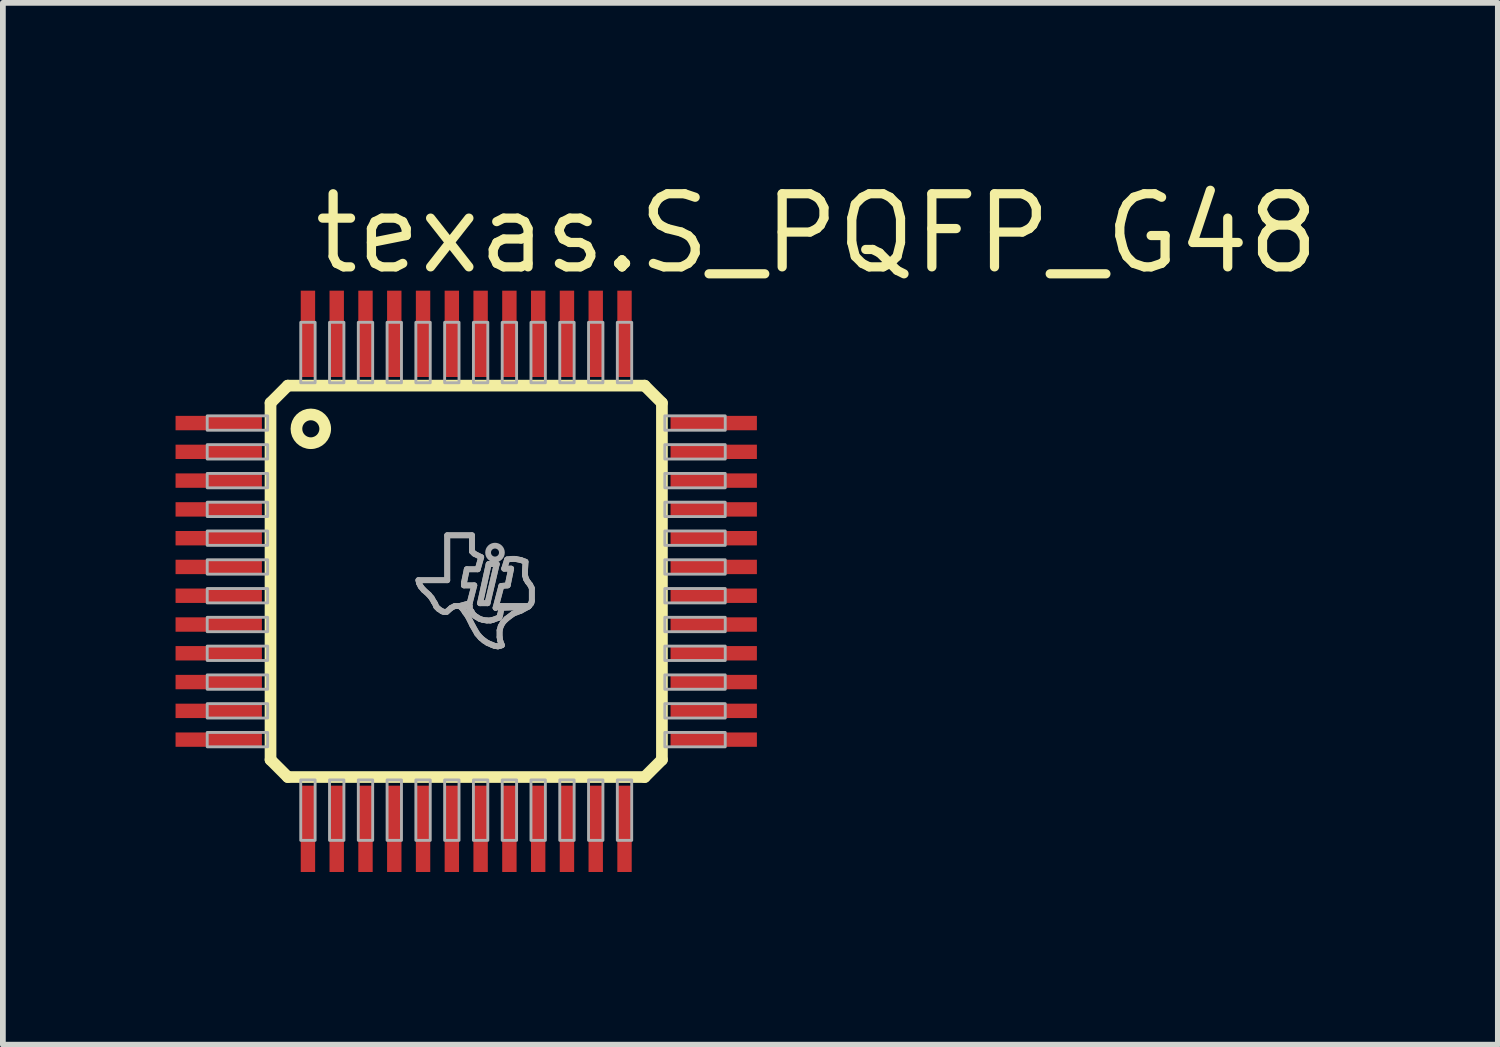
<source format=kicad_pcb>
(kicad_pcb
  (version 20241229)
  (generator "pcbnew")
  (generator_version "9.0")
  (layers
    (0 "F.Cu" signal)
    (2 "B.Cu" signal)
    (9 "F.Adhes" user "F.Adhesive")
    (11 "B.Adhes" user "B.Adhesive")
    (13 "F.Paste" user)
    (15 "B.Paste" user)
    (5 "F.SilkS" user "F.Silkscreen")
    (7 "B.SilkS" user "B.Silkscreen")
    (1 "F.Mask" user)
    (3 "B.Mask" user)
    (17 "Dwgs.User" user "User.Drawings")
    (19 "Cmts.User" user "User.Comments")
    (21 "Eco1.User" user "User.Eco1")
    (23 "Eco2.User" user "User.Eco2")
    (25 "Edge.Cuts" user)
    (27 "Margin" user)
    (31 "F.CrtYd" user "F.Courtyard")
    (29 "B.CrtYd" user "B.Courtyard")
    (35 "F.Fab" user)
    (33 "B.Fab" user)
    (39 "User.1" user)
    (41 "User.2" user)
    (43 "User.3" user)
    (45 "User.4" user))
  (footprint "texas.S_PQFP_G48"
    (layer "F.Cu")
    (at 5.05 7.05)
    (property "Reference" "texas.S_PQFP_G48" (at -2.72 -5.3 0) (layer "F.SilkS") (effects (font (size 1.27 1.27) (thickness 0.16)) (justify left bottom)))
    (attr smd)
    (fp_line (start -3.4 -3.1) (end -3.4 3.1) (stroke (width 0.203) (type default)) (layer "F.SilkS"))
    (fp_line (start -3.4 3.1) (end -3.1 3.4) (stroke (width 0.203) (type default)) (layer "F.SilkS"))
    (fp_line (start -3.1 -3.4) (end -3.4 -3.1) (stroke (width 0.203) (type default)) (layer "F.SilkS"))
    (fp_line (start -3.1 3.4) (end 3.1 3.4) (stroke (width 0.203) (type default)) (layer "F.SilkS"))
    (fp_line (start 3.1 -3.4) (end -3.1 -3.4) (stroke (width 0.203) (type default)) (layer "F.SilkS"))
    (fp_line (start 3.1 3.4) (end 3.4 3.1) (stroke (width 0.203) (type default)) (layer "F.SilkS"))
    (fp_line (start 3.4 -3.1) (end 3.1 -3.4) (stroke (width 0.203) (type default)) (layer "F.SilkS"))
    (fp_line (start 3.4 3.1) (end 3.4 -3.1) (stroke (width 0.203) (type default)) (layer "F.SilkS"))
    (fp_circle (center -2.7 -2.65) (end -2.45 -2.65) (stroke (width 0.203) (type default)) (fill no) (layer "F.SilkS"))
    (fp_line (start -0.83 -0.02) (end -0.82 0.03) (stroke (width 0.102) (type default)) (layer "F.Fab"))
    (fp_line (start -0.82 0.03) (end -0.79 0.09) (stroke (width 0.102) (type default)) (layer "F.Fab"))
    (fp_line (start -0.79 0.09) (end -0.74 0.15) (stroke (width 0.102) (type default)) (layer "F.Fab"))
    (fp_line (start -0.74 0.15) (end -0.65 0.23) (stroke (width 0.102) (type default)) (layer "F.Fab"))
    (fp_line (start -0.65 0.23) (end -0.6 0.29) (stroke (width 0.102) (type default)) (layer "F.Fab"))
    (fp_line (start -0.6 0.29) (end -0.56 0.36) (stroke (width 0.102) (type default)) (layer "F.Fab"))
    (fp_line (start -0.56 0.36) (end -0.54 0.39) (stroke (width 0.102) (type default)) (layer "F.Fab"))
    (fp_line (start -0.54 0.39) (end -0.52 0.44) (stroke (width 0.102) (type default)) (layer "F.Fab"))
    (fp_line (start -0.52 0.44) (end -0.48 0.48) (stroke (width 0.102) (type default)) (layer "F.Fab"))
    (fp_line (start -0.48 0.48) (end -0.42 0.52) (stroke (width 0.102) (type default)) (layer "F.Fab"))
    (fp_line (start -0.42 0.52) (end -0.39 0.53) (stroke (width 0.102) (type default)) (layer "F.Fab"))
    (fp_line (start -0.39 0.53) (end -0.34 0.53) (stroke (width 0.102) (type default)) (layer "F.Fab"))
    (fp_line (start -0.34 0.53) (end -0.26 0.46) (stroke (width 0.102) (type default)) (layer "F.Fab"))
    (fp_line (start -0.33 -0.8) (end -0.33 -0.02) (stroke (width 0.102) (type default)) (layer "F.Fab"))
    (fp_line (start -0.33 -0.02) (end -0.83 -0.02) (stroke (width 0.102) (type default)) (layer "F.Fab"))
    (fp_line (start -0.26 0.46) (end -0.2 0.43) (stroke (width 0.102) (type default)) (layer "F.Fab"))
    (fp_line (start -0.2 0.43) (end -0.12 0.43) (stroke (width 0.102) (type default)) (layer "F.Fab"))
    (fp_line (start -0.12 0.43) (end 0.06 0.38) (stroke (width 0.102) (type default)) (layer "F.Fab"))
    (fp_line (start -0.09 0.43) (end -0.09 0.45) (stroke (width 0.102) (type default)) (layer "F.Fab"))
    (fp_line (start -0.09 0.45) (end -0.06 0.48) (stroke (width 0.102) (type default)) (layer "F.Fab"))
    (fp_line (start -0.06 0.48) (end -0.02 0.54) (stroke (width 0.102) (type default)) (layer "F.Fab"))
    (fp_line (start -0.04 0.03) (end 0.01 -0.21) (stroke (width 0.102) (type default)) (layer "F.Fab"))
    (fp_line (start -0.04 0.07) (end -0.04 0.03) (stroke (width 0.102) (type default)) (layer "F.Fab"))
    (fp_line (start -0.02 0.54) (end 0.03 0.61) (stroke (width 0.102) (type default)) (layer "F.Fab"))
    (fp_line (start 0.01 -0.21) (end 0.2 -0.21) (stroke (width 0.102) (type default)) (layer "F.Fab"))
    (fp_line (start 0.03 0.61) (end 0.11 0.77) (stroke (width 0.102) (type default)) (layer "F.Fab"))
    (fp_line (start 0.06 0.38) (end 0.14 0.07) (stroke (width 0.102) (type default)) (layer "F.Fab"))
    (fp_line (start 0.06 0.43) (end -0.09 0.43) (stroke (width 0.102) (type default)) (layer "F.Fab"))
    (fp_line (start 0.06 0.48) (end 0.06 0.43) (stroke (width 0.102) (type default)) (layer "F.Fab"))
    (fp_line (start 0.08 0.51) (end 0.06 0.48) (stroke (width 0.102) (type default)) (layer "F.Fab"))
    (fp_line (start 0.09 0.52) (end 0.08 0.51) (stroke (width 0.102) (type default)) (layer "F.Fab"))
    (fp_line (start 0.1 -0.8) (end -0.33 -0.8) (stroke (width 0.102) (type default)) (layer "F.Fab"))
    (fp_line (start 0.1 -0.52) (end 0.1 -0.8) (stroke (width 0.102) (type default)) (layer "F.Fab"))
    (fp_line (start 0.11 0.56) (end 0.09 0.52) (stroke (width 0.102) (type default)) (layer "F.Fab"))
    (fp_line (start 0.11 0.77) (end 0.19 0.91) (stroke (width 0.102) (type default)) (layer "F.Fab"))
    (fp_line (start 0.14 -0.48) (end 0.1 -0.52) (stroke (width 0.102) (type default)) (layer "F.Fab"))
    (fp_line (start 0.14 0.07) (end -0.04 0.07) (stroke (width 0.102) (type default)) (layer "F.Fab"))
    (fp_line (start 0.15 0.6) (end 0.11 0.56) (stroke (width 0.102) (type default)) (layer "F.Fab"))
    (fp_line (start 0.18 0.62) (end 0.15 0.6) (stroke (width 0.102) (type default)) (layer "F.Fab"))
    (fp_line (start 0.19 0.91) (end 0.25 0.98) (stroke (width 0.102) (type default)) (layer "F.Fab"))
    (fp_line (start 0.2 -0.21) (end 0.26 -0.42) (stroke (width 0.102) (type default)) (layer "F.Fab"))
    (fp_line (start 0.23 0.65) (end 0.18 0.62) (stroke (width 0.102) (type default)) (layer "F.Fab"))
    (fp_line (start 0.24 0.38) (end 0.37 0.38) (stroke (width 0.102) (type default)) (layer "F.Fab"))
    (fp_line (start 0.25 0.98) (end 0.31 1.03) (stroke (width 0.102) (type default)) (layer "F.Fab"))
    (fp_line (start 0.26 -0.42) (end 0.14 -0.48) (stroke (width 0.102) (type default)) (layer "F.Fab"))
    (fp_line (start 0.29 0.67) (end 0.23 0.65) (stroke (width 0.102) (type default)) (layer "F.Fab"))
    (fp_line (start 0.31 1.03) (end 0.37 1.07) (stroke (width 0.102) (type default)) (layer "F.Fab"))
    (fp_line (start 0.36 0.68) (end 0.29 0.67) (stroke (width 0.102) (type default)) (layer "F.Fab"))
    (fp_line (start 0.37 0.38) (end 0.53 -0.3) (stroke (width 0.102) (type default)) (layer "F.Fab"))
    (fp_line (start 0.37 1.07) (end 0.44 1.1) (stroke (width 0.102) (type default)) (layer "F.Fab"))
    (fp_line (start 0.39 -0.3) (end 0.24 0.38) (stroke (width 0.102) (type default)) (layer "F.Fab"))
    (fp_line (start 0.42 0.68) (end 0.36 0.68) (stroke (width 0.102) (type default)) (layer "F.Fab"))
    (fp_line (start 0.44 1.1) (end 0.49 1.12) (stroke (width 0.102) (type default)) (layer "F.Fab"))
    (fp_line (start 0.46 0.67) (end 0.42 0.68) (stroke (width 0.102) (type default)) (layer "F.Fab"))
    (fp_line (start 0.49 1.12) (end 0.55 1.13) (stroke (width 0.102) (type default)) (layer "F.Fab"))
    (fp_line (start 0.51 0.46) (end 0.59 0.43) (stroke (width 0.102) (type default)) (layer "F.Fab"))
    (fp_line (start 0.53 -0.3) (end 0.39 -0.3) (stroke (width 0.102) (type default)) (layer "F.Fab"))
    (fp_line (start 0.55 1.13) (end 0.59 1.12) (stroke (width 0.102) (type default)) (layer "F.Fab"))
    (fp_line (start 0.57 0.63) (end 0.46 0.67) (stroke (width 0.102) (type default)) (layer "F.Fab"))
    (fp_line (start 0.58 0.61) (end 0.57 0.63) (stroke (width 0.102) (type default)) (layer "F.Fab"))
    (fp_line (start 0.58 0.85) (end 0.6 0.78) (stroke (width 0.102) (type default)) (layer "F.Fab"))
    (fp_line (start 0.58 0.97) (end 0.58 0.85) (stroke (width 0.102) (type default)) (layer "F.Fab"))
    (fp_line (start 0.59 0.43) (end 1.09 0.43) (stroke (width 0.102) (type default)) (layer "F.Fab"))
    (fp_line (start 0.59 0.58) (end 0.58 0.61) (stroke (width 0.102) (type default)) (layer "F.Fab"))
    (fp_line (start 0.59 1.03) (end 0.58 0.97) (stroke (width 0.102) (type default)) (layer "F.Fab"))
    (fp_line (start 0.59 1.12) (end 0.62 1.11) (stroke (width 0.102) (type default)) (layer "F.Fab"))
    (fp_line (start 0.6 0.78) (end 0.64 0.71) (stroke (width 0.102) (type default)) (layer "F.Fab"))
    (fp_line (start 0.61 0.08) (end 0.51 0.46) (stroke (width 0.102) (type default)) (layer "F.Fab"))
    (fp_line (start 0.61 0.46) (end 0.61 0.48) (stroke (width 0.102) (type default)) (layer "F.Fab"))
    (fp_line (start 0.61 0.48) (end 0.59 0.58) (stroke (width 0.102) (type default)) (layer "F.Fab"))
    (fp_line (start 0.62 1.11) (end 0.59 1.03) (stroke (width 0.102) (type default)) (layer "F.Fab"))
    (fp_line (start 0.64 0.71) (end 0.7 0.65) (stroke (width 0.102) (type default)) (layer "F.Fab"))
    (fp_line (start 0.66 -0.22) (end 0.78 -0.22) (stroke (width 0.102) (type default)) (layer "F.Fab"))
    (fp_line (start 0.7 0.65) (end 0.82 0.56) (stroke (width 0.102) (type default)) (layer "F.Fab"))
    (fp_line (start 0.71 -0.38) (end 0.66 -0.22) (stroke (width 0.102) (type default)) (layer "F.Fab"))
    (fp_line (start 0.72 0.07) (end 0.61 0.08) (stroke (width 0.102) (type default)) (layer "F.Fab"))
    (fp_line (start 0.78 -0.22) (end 0.72 0.07) (stroke (width 0.102) (type default)) (layer "F.Fab"))
    (fp_line (start 0.79 -0.39) (end 0.71 -0.38) (stroke (width 0.102) (type default)) (layer "F.Fab"))
    (fp_line (start 0.82 0.56) (end 0.95 0.51) (stroke (width 0.102) (type default)) (layer "F.Fab"))
    (fp_line (start 0.85 -0.39) (end 0.79 -0.39) (stroke (width 0.102) (type default)) (layer "F.Fab"))
    (fp_line (start 0.95 -0.37) (end 0.85 -0.39) (stroke (width 0.102) (type default)) (layer "F.Fab"))
    (fp_line (start 0.95 0.51) (end 1.08 0.44) (stroke (width 0.102) (type default)) (layer "F.Fab"))
    (fp_line (start 1.02 -0.16) (end 1.03 -0.34) (stroke (width 0.102) (type default)) (layer "F.Fab"))
    (fp_line (start 1.02 -0.11) (end 1.02 -0.16) (stroke (width 0.102) (type default)) (layer "F.Fab"))
    (fp_line (start 1.03 -0.34) (end 0.95 -0.37) (stroke (width 0.102) (type default)) (layer "F.Fab"))
    (fp_line (start 1.04 -0.04) (end 1.02 -0.11) (stroke (width 0.102) (type default)) (layer "F.Fab"))
    (fp_line (start 1.07 0.01) (end 1.04 -0.04) (stroke (width 0.102) (type default)) (layer "F.Fab"))
    (fp_line (start 1.08 0.44) (end 0.61 0.46) (stroke (width 0.102) (type default)) (layer "F.Fab"))
    (fp_line (start 1.09 0.43) (end 1.13 0.38) (stroke (width 0.102) (type default)) (layer "F.Fab"))
    (fp_line (start 1.11 0.06) (end 1.07 0.01) (stroke (width 0.102) (type default)) (layer "F.Fab"))
    (fp_line (start 1.13 0.38) (end 1.14 0.34) (stroke (width 0.102) (type default)) (layer "F.Fab"))
    (fp_line (start 1.14 0.12) (end 1.11 0.06) (stroke (width 0.102) (type default)) (layer "F.Fab"))
    (fp_line (start 1.14 0.34) (end 1.14 0.12) (stroke (width 0.102) (type default)) (layer "F.Fab"))
    (fp_rect (start -4.5 -2.625) (end -3.45 -2.875) (stroke (width 0.05) (type default)) (fill no) (layer "F.Fab"))
    (fp_rect (start -4.5 -2.125) (end -3.45 -2.375) (stroke (width 0.05) (type default)) (fill no) (layer "F.Fab"))
    (fp_rect (start -4.5 -1.625) (end -3.45 -1.875) (stroke (width 0.05) (type default)) (fill no) (layer "F.Fab"))
    (fp_rect (start -4.5 -1.125) (end -3.45 -1.375) (stroke (width 0.05) (type default)) (fill no) (layer "F.Fab"))
    (fp_rect (start -4.5 -0.625) (end -3.45 -0.875) (stroke (width 0.05) (type default)) (fill no) (layer "F.Fab"))
    (fp_rect (start -4.5 -0.125) (end -3.45 -0.375) (stroke (width 0.05) (type default)) (fill no) (layer "F.Fab"))
    (fp_rect (start -4.5 0.375) (end -3.45 0.125) (stroke (width 0.05) (type default)) (fill no) (layer "F.Fab"))
    (fp_rect (start -4.5 0.875) (end -3.45 0.625) (stroke (width 0.05) (type default)) (fill no) (layer "F.Fab"))
    (fp_rect (start -4.5 1.375) (end -3.45 1.125) (stroke (width 0.05) (type default)) (fill no) (layer "F.Fab"))
    (fp_rect (start -4.5 1.875) (end -3.45 1.625) (stroke (width 0.05) (type default)) (fill no) (layer "F.Fab"))
    (fp_rect (start -4.5 2.375) (end -3.45 2.125) (stroke (width 0.05) (type default)) (fill no) (layer "F.Fab"))
    (fp_rect (start -4.5 2.875) (end -3.45 2.625) (stroke (width 0.05) (type default)) (fill no) (layer "F.Fab"))
    (fp_rect (start -2.875 -3.45) (end -2.625 -4.5) (stroke (width 0.05) (type default)) (fill no) (layer "F.Fab"))
    (fp_rect (start -2.875 4.5) (end -2.625 3.45) (stroke (width 0.05) (type default)) (fill no) (layer "F.Fab"))
    (fp_rect (start -2.375 -3.45) (end -2.125 -4.5) (stroke (width 0.05) (type default)) (fill no) (layer "F.Fab"))
    (fp_rect (start -2.375 4.5) (end -2.125 3.45) (stroke (width 0.05) (type default)) (fill no) (layer "F.Fab"))
    (fp_rect (start -1.875 -3.45) (end -1.625 -4.5) (stroke (width 0.05) (type default)) (fill no) (layer "F.Fab"))
    (fp_rect (start -1.875 4.5) (end -1.625 3.45) (stroke (width 0.05) (type default)) (fill no) (layer "F.Fab"))
    (fp_rect (start -1.375 -3.45) (end -1.125 -4.5) (stroke (width 0.05) (type default)) (fill no) (layer "F.Fab"))
    (fp_rect (start -1.375 4.5) (end -1.125 3.45) (stroke (width 0.05) (type default)) (fill no) (layer "F.Fab"))
    (fp_rect (start -0.875 -3.45) (end -0.625 -4.5) (stroke (width 0.05) (type default)) (fill no) (layer "F.Fab"))
    (fp_rect (start -0.875 4.5) (end -0.625 3.45) (stroke (width 0.05) (type default)) (fill no) (layer "F.Fab"))
    (fp_rect (start -0.375 -3.45) (end -0.125 -4.5) (stroke (width 0.05) (type default)) (fill no) (layer "F.Fab"))
    (fp_rect (start -0.375 4.5) (end -0.125 3.45) (stroke (width 0.05) (type default)) (fill no) (layer "F.Fab"))
    (fp_rect (start 0.125 -3.45) (end 0.375 -4.5) (stroke (width 0.05) (type default)) (fill no) (layer "F.Fab"))
    (fp_rect (start 0.125 4.5) (end 0.375 3.45) (stroke (width 0.05) (type default)) (fill no) (layer "F.Fab"))
    (fp_rect (start 0.625 -3.45) (end 0.875 -4.5) (stroke (width 0.05) (type default)) (fill no) (layer "F.Fab"))
    (fp_rect (start 0.625 4.5) (end 0.875 3.45) (stroke (width 0.05) (type default)) (fill no) (layer "F.Fab"))
    (fp_rect (start 1.125 -3.45) (end 1.375 -4.5) (stroke (width 0.05) (type default)) (fill no) (layer "F.Fab"))
    (fp_rect (start 1.125 4.5) (end 1.375 3.45) (stroke (width 0.05) (type default)) (fill no) (layer "F.Fab"))
    (fp_rect (start 1.625 -3.45) (end 1.875 -4.5) (stroke (width 0.05) (type default)) (fill no) (layer "F.Fab"))
    (fp_rect (start 1.625 4.5) (end 1.875 3.45) (stroke (width 0.05) (type default)) (fill no) (layer "F.Fab"))
    (fp_rect (start 2.125 -3.45) (end 2.375 -4.5) (stroke (width 0.05) (type default)) (fill no) (layer "F.Fab"))
    (fp_rect (start 2.125 4.5) (end 2.375 3.45) (stroke (width 0.05) (type default)) (fill no) (layer "F.Fab"))
    (fp_rect (start 2.625 -3.45) (end 2.875 -4.5) (stroke (width 0.05) (type default)) (fill no) (layer "F.Fab"))
    (fp_rect (start 2.625 4.5) (end 2.875 3.45) (stroke (width 0.05) (type default)) (fill no) (layer "F.Fab"))
    (fp_rect (start 3.45 -2.625) (end 4.5 -2.875) (stroke (width 0.05) (type default)) (fill no) (layer "F.Fab"))
    (fp_rect (start 3.45 -2.125) (end 4.5 -2.375) (stroke (width 0.05) (type default)) (fill no) (layer "F.Fab"))
    (fp_rect (start 3.45 -1.625) (end 4.5 -1.875) (stroke (width 0.05) (type default)) (fill no) (layer "F.Fab"))
    (fp_rect (start 3.45 -1.125) (end 4.5 -1.375) (stroke (width 0.05) (type default)) (fill no) (layer "F.Fab"))
    (fp_rect (start 3.45 -0.625) (end 4.5 -0.875) (stroke (width 0.05) (type default)) (fill no) (layer "F.Fab"))
    (fp_rect (start 3.45 -0.125) (end 4.5 -0.375) (stroke (width 0.05) (type default)) (fill no) (layer "F.Fab"))
    (fp_rect (start 3.45 0.375) (end 4.5 0.125) (stroke (width 0.05) (type default)) (fill no) (layer "F.Fab"))
    (fp_rect (start 3.45 0.875) (end 4.5 0.625) (stroke (width 0.05) (type default)) (fill no) (layer "F.Fab"))
    (fp_rect (start 3.45 1.375) (end 4.5 1.125) (stroke (width 0.05) (type default)) (fill no) (layer "F.Fab"))
    (fp_rect (start 3.45 1.875) (end 4.5 1.625) (stroke (width 0.05) (type default)) (fill no) (layer "F.Fab"))
    (fp_rect (start 3.45 2.375) (end 4.5 2.125) (stroke (width 0.05) (type default)) (fill no) (layer "F.Fab"))
    (fp_rect (start 3.45 2.875) (end 4.5 2.625) (stroke (width 0.05) (type default)) (fill no) (layer "F.Fab"))
    (fp_circle (center 0.5 -0.5) (end 0.62 -0.5) (stroke (width 0.1) (type default)) (fill no) (layer "F.Fab"))
    (fp_poly (pts (xy 0.53 -0.3) (xy 0.39 -0.3) (xy 0.24 0.38) (xy 0.37 0.38)) (stroke (width 0.1) (type default)) (fill no) (layer "F.Fab"))
    (fp_poly (pts (xy 1.03 -0.34) (xy 0.95 -0.37) (xy 0.85 -0.39) (xy 0.79 -0.39) (xy 0.71 -0.38) (xy 0.66 -0.22) (xy 0.78 -0.22) (xy 0.72 0.07) (xy 0.61 0.08) (xy 0.51 0.46) (xy 0.59 0.43) (xy 1.09 0.43) (xy 1.13 0.38) (xy 1.14 0.34) (xy 1.14 0.12) (xy 1.11 0.06) (xy 1.07 0.01) (xy 1.04 -0.04) (xy 1.02 -0.11) (xy 1.02 -0.16)) (stroke (width 0.1) (type default)) (fill no) (layer "F.Fab"))
    (fp_poly (pts (xy 0.1 -0.8) (xy -0.33 -0.8) (xy -0.33 -0.02) (xy -0.83 -0.02) (xy -0.82 0.03) (xy -0.79 0.09) (xy -0.74 0.15) (xy -0.65 0.23) (xy -0.6 0.29) (xy -0.56 0.36) (xy -0.54 0.39) (xy -0.52 0.44) (xy -0.48 0.48) (xy -0.42 0.52) (xy -0.39 0.53) (xy -0.34 0.53) (xy -0.26 0.46) (xy -0.2 0.43) (xy -0.12 0.43) (xy 0.06 0.38) (xy 0.14 0.07) (xy -0.04 0.07) (xy -0.04 0.03) (xy 0.01 -0.21) (xy 0.2 -0.21) (xy 0.26 -0.42) (xy 0.14 -0.48) (xy 0.1 -0.52)) (stroke (width 0.1) (type default)) (fill no) (layer "F.Fab"))
    (fp_poly (pts (xy 0.61 0.46) (xy 0.61 0.48) (xy 0.59 0.58) (xy 0.58 0.61) (xy 0.57 0.63) (xy 0.46 0.67) (xy 0.42 0.68) (xy 0.36 0.68) (xy 0.29 0.67) (xy 0.23 0.65) (xy 0.18 0.62) (xy 0.15 0.6) (xy 0.11 0.56) (xy 0.09 0.52) (xy 0.08 0.51) (xy 0.06 0.48) (xy 0.06 0.43) (xy -0.09 0.43) (xy -0.09 0.45) (xy -0.06 0.48) (xy -0.02 0.54) (xy 0.03 0.61) (xy 0.11 0.77) (xy 0.19 0.91) (xy 0.25 0.98) (xy 0.31 1.03) (xy 0.37 1.07) (xy 0.44 1.1) (xy 0.49 1.12) (xy 0.55 1.13) (xy 0.59 1.12) (xy 0.62 1.11) (xy 0.59 1.03) (xy 0.58 0.97) (xy 0.58 0.85) (xy 0.6 0.78) (xy 0.64 0.71) (xy 0.7 0.65) (xy 0.82 0.56) (xy 0.95 0.51) (xy 1.08 0.44)) (stroke (width 0.1) (type default)) (fill no) (layer "F.Fab"))
    (pad "1" smd roundrect (at -4.3 -2.75) (size 1.5 0.25) (layers "F.Cu" "F.Mask" "F.Paste") (roundrect_rratio 0.01))
    (pad "2" smd roundrect (at -4.3 -2.25) (size 1.5 0.25) (layers "F.Cu" "F.Mask" "F.Paste") (roundrect_rratio 0.01))
    (pad "3" smd roundrect (at -4.3 -1.75) (size 1.5 0.25) (layers "F.Cu" "F.Mask" "F.Paste") (roundrect_rratio 0.01))
    (pad "4" smd roundrect (at -4.3 -1.25) (size 1.5 0.25) (layers "F.Cu" "F.Mask" "F.Paste") (roundrect_rratio 0.01))
    (pad "5" smd roundrect (at -4.3 -0.75) (size 1.5 0.25) (layers "F.Cu" "F.Mask" "F.Paste") (roundrect_rratio 0.01))
    (pad "6" smd roundrect (at -4.3 -0.25) (size 1.5 0.25) (layers "F.Cu" "F.Mask" "F.Paste") (roundrect_rratio 0.01))
    (pad "7" smd roundrect (at -4.3 0.25) (size 1.5 0.25) (layers "F.Cu" "F.Mask" "F.Paste") (roundrect_rratio 0.01))
    (pad "8" smd roundrect (at -4.3 0.75) (size 1.5 0.25) (layers "F.Cu" "F.Mask" "F.Paste") (roundrect_rratio 0.01))
    (pad "9" smd roundrect (at -4.3 1.25) (size 1.5 0.25) (layers "F.Cu" "F.Mask" "F.Paste") (roundrect_rratio 0.01))
    (pad "10" smd roundrect (at -4.3 1.75) (size 1.5 0.25) (layers "F.Cu" "F.Mask" "F.Paste") (roundrect_rratio 0.01))
    (pad "11" smd roundrect (at -4.3 2.25) (size 1.5 0.25) (layers "F.Cu" "F.Mask" "F.Paste") (roundrect_rratio 0.01))
    (pad "12" smd roundrect (at -4.3 2.75) (size 1.5 0.25) (layers "F.Cu" "F.Mask" "F.Paste") (roundrect_rratio 0.01))
    (pad "13" smd roundrect (at -2.75 4.3) (size 0.25 1.5) (layers "F.Cu" "F.Mask" "F.Paste") (roundrect_rratio 0.01))
    (pad "14" smd roundrect (at -2.25 4.3) (size 0.25 1.5) (layers "F.Cu" "F.Mask" "F.Paste") (roundrect_rratio 0.01))
    (pad "15" smd roundrect (at -1.75 4.3) (size 0.25 1.5) (layers "F.Cu" "F.Mask" "F.Paste") (roundrect_rratio 0.01))
    (pad "16" smd roundrect (at -1.25 4.3) (size 0.25 1.5) (layers "F.Cu" "F.Mask" "F.Paste") (roundrect_rratio 0.01))
    (pad "17" smd roundrect (at -0.75 4.3) (size 0.25 1.5) (layers "F.Cu" "F.Mask" "F.Paste") (roundrect_rratio 0.01))
    (pad "18" smd roundrect (at -0.25 4.3) (size 0.25 1.5) (layers "F.Cu" "F.Mask" "F.Paste") (roundrect_rratio 0.01))
    (pad "19" smd roundrect (at 0.25 4.3) (size 0.25 1.5) (layers "F.Cu" "F.Mask" "F.Paste") (roundrect_rratio 0.01))
    (pad "20" smd roundrect (at 0.75 4.3) (size 0.25 1.5) (layers "F.Cu" "F.Mask" "F.Paste") (roundrect_rratio 0.01))
    (pad "21" smd roundrect (at 1.25 4.3) (size 0.25 1.5) (layers "F.Cu" "F.Mask" "F.Paste") (roundrect_rratio 0.01))
    (pad "22" smd roundrect (at 1.75 4.3) (size 0.25 1.5) (layers "F.Cu" "F.Mask" "F.Paste") (roundrect_rratio 0.01))
    (pad "23" smd roundrect (at 2.25 4.3) (size 0.25 1.5) (layers "F.Cu" "F.Mask" "F.Paste") (roundrect_rratio 0.01))
    (pad "24" smd roundrect (at 2.75 4.3) (size 0.25 1.5) (layers "F.Cu" "F.Mask" "F.Paste") (roundrect_rratio 0.01))
    (pad "25" smd roundrect (at 4.3 2.75) (size 1.5 0.25) (layers "F.Cu" "F.Mask" "F.Paste") (roundrect_rratio 0.01))
    (pad "26" smd roundrect (at 4.3 2.25) (size 1.5 0.25) (layers "F.Cu" "F.Mask" "F.Paste") (roundrect_rratio 0.01))
    (pad "27" smd roundrect (at 4.3 1.75) (size 1.5 0.25) (layers "F.Cu" "F.Mask" "F.Paste") (roundrect_rratio 0.01))
    (pad "28" smd roundrect (at 4.3 1.25) (size 1.5 0.25) (layers "F.Cu" "F.Mask" "F.Paste") (roundrect_rratio 0.01))
    (pad "29" smd roundrect (at 4.3 0.75) (size 1.5 0.25) (layers "F.Cu" "F.Mask" "F.Paste") (roundrect_rratio 0.01))
    (pad "30" smd roundrect (at 4.3 0.25) (size 1.5 0.25) (layers "F.Cu" "F.Mask" "F.Paste") (roundrect_rratio 0.01))
    (pad "31" smd roundrect (at 4.3 -0.25) (size 1.5 0.25) (layers "F.Cu" "F.Mask" "F.Paste") (roundrect_rratio 0.01))
    (pad "32" smd roundrect (at 4.3 -0.75) (size 1.5 0.25) (layers "F.Cu" "F.Mask" "F.Paste") (roundrect_rratio 0.01))
    (pad "33" smd roundrect (at 4.3 -1.25) (size 1.5 0.25) (layers "F.Cu" "F.Mask" "F.Paste") (roundrect_rratio 0.01))
    (pad "34" smd roundrect (at 4.3 -1.75) (size 1.5 0.25) (layers "F.Cu" "F.Mask" "F.Paste") (roundrect_rratio 0.01))
    (pad "35" smd roundrect (at 4.3 -2.25) (size 1.5 0.25) (layers "F.Cu" "F.Mask" "F.Paste") (roundrect_rratio 0.01))
    (pad "36" smd roundrect (at 4.3 -2.75) (size 1.5 0.25) (layers "F.Cu" "F.Mask" "F.Paste") (roundrect_rratio 0.01))
    (pad "37" smd roundrect (at 2.75 -4.3) (size 0.25 1.5) (layers "F.Cu" "F.Mask" "F.Paste") (roundrect_rratio 0.01))
    (pad "38" smd roundrect (at 2.25 -4.3) (size 0.25 1.5) (layers "F.Cu" "F.Mask" "F.Paste") (roundrect_rratio 0.01))
    (pad "39" smd roundrect (at 1.75 -4.3) (size 0.25 1.5) (layers "F.Cu" "F.Mask" "F.Paste") (roundrect_rratio 0.01))
    (pad "40" smd roundrect (at 1.25 -4.3) (size 0.25 1.5) (layers "F.Cu" "F.Mask" "F.Paste") (roundrect_rratio 0.01))
    (pad "41" smd roundrect (at 0.75 -4.3) (size 0.25 1.5) (layers "F.Cu" "F.Mask" "F.Paste") (roundrect_rratio 0.01))
    (pad "42" smd roundrect (at 0.25 -4.3) (size 0.25 1.5) (layers "F.Cu" "F.Mask" "F.Paste") (roundrect_rratio 0.01))
    (pad "43" smd roundrect (at -0.25 -4.3) (size 0.25 1.5) (layers "F.Cu" "F.Mask" "F.Paste") (roundrect_rratio 0.01))
    (pad "44" smd roundrect (at -0.75 -4.3) (size 0.25 1.5) (layers "F.Cu" "F.Mask" "F.Paste") (roundrect_rratio 0.01))
    (pad "45" smd roundrect (at -1.25 -4.3) (size 0.25 1.5) (layers "F.Cu" "F.Mask" "F.Paste") (roundrect_rratio 0.01))
    (pad "46" smd roundrect (at -1.75 -4.3) (size 0.25 1.5) (layers "F.Cu" "F.Mask" "F.Paste") (roundrect_rratio 0.01))
    (pad "47" smd roundrect (at -2.25 -4.3) (size 0.25 1.5) (layers "F.Cu" "F.Mask" "F.Paste") (roundrect_rratio 0.01))
    (pad "48" smd roundrect (at -2.75 -4.3) (size 0.25 1.5) (layers "F.Cu" "F.Mask" "F.Paste") (roundrect_rratio 0.01)))
  (gr_rect
    (start -3 -3)
    (end 22.973 15.1)
    (stroke (width 0.1) (type default))
    (fill no)
    (layer "Edge.Cuts")))
</source>
